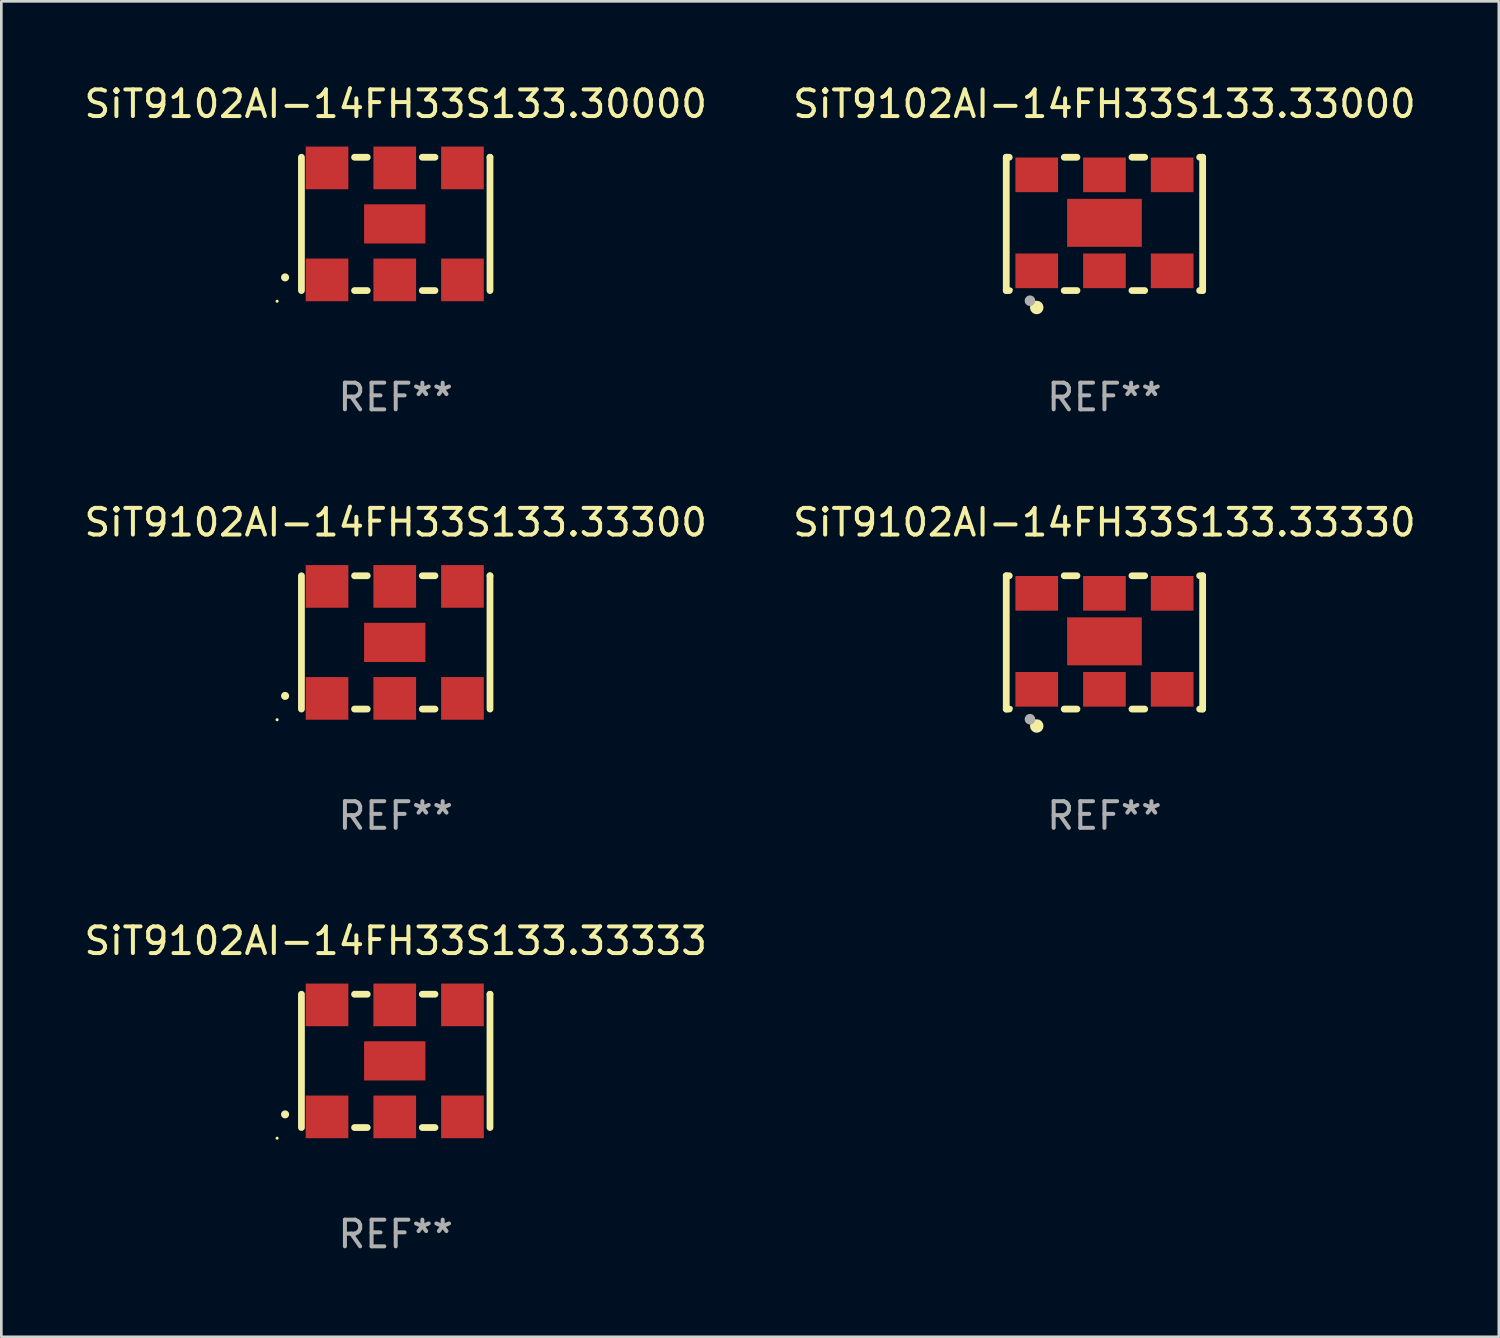
<source format=kicad_pcb>
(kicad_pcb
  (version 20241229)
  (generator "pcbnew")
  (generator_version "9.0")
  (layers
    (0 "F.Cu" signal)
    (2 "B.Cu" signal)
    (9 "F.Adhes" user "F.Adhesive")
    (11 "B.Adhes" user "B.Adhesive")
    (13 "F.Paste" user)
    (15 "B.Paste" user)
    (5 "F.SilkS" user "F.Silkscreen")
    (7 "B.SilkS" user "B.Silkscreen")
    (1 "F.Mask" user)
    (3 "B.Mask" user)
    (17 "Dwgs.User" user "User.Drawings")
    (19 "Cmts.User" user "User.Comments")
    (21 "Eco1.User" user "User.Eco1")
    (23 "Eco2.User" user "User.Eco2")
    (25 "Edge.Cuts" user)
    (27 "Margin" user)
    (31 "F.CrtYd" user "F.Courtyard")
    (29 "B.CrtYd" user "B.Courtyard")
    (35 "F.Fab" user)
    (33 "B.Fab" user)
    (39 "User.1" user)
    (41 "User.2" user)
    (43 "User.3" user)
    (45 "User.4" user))
  (footprint "SiT9102AI-14FH33S133.33300"
    (layer "F.Cu")
    (at 11.792 21.045)
    (property "Reference" "SiT9102AI-14FH33S133.33300" (at 0 -4.5 0) (layer "F.SilkS") (effects (font (size 1 1) (thickness 0.15))))
    (attr through_hole)
    (fp_line (start -3.536 -2.5) (end -3.536 2.5) (stroke (width 0.254) (type solid)) (layer "F.SilkS"))
    (fp_line (start -1.544 2.5) (end -1.067 2.5) (stroke (width 0.254) (type solid)) (layer "F.SilkS"))
    (fp_line (start -1.067 -2.5) (end -1.544 -2.5) (stroke (width 0.254) (type solid)) (layer "F.SilkS"))
    (fp_line (start 0.996 2.5) (end 1.473 2.5) (stroke (width 0.254) (type solid)) (layer "F.SilkS"))
    (fp_line (start 1.473 -2.5) (end 0.996 -2.5) (stroke (width 0.254) (type solid)) (layer "F.SilkS"))
    (fp_line (start 3.536 -2.5) (end 3.536 -2.5) (stroke (width 0.254) (type solid)) (layer "F.SilkS"))
    (fp_line (start 3.536 2.5) (end 3.536 -2.5) (stroke (width 0.254) (type solid)) (layer "F.SilkS"))
    (fp_arc (start -4.150432 2.006604) (mid -4.149162 2.006599) (end -4.147892 2.006604) (stroke (width 0.3) (type solid)) (layer "F.SilkS"))
    (fp_circle (center -4.449 2.9) (end -4.419 2.9) (stroke (width 0.06) (type solid)) (fill no) (layer "F.SilkS"))
    (fp_text user "REF**" (at 0 6.5 0) (layer "F.Fab") (effects (font (size 1 1) (thickness 0.15))))
    (pad "1" smd rect (at -2.576 2.1) (size 1.6 1.6) (layers "F.Cu" "F.Mask" "F.Paste"))
    (pad "2" smd rect (at -0.036 2.1) (size 1.6 1.6) (layers "F.Cu" "F.Mask" "F.Paste"))
    (pad "3" smd rect (at 2.504 2.1) (size 1.6 1.6) (layers "F.Cu" "F.Mask" "F.Paste"))
    (pad "4" smd rect (at 2.504 -2.1) (size 1.6 1.6) (layers "F.Cu" "F.Mask" "F.Paste"))
    (pad "5" smd rect (at -0.036 -2.1) (size 1.6 1.6) (layers "F.Cu" "F.Mask" "F.Paste"))
    (pad "6" smd rect (at -2.576 -2.1) (size 1.6 1.6) (layers "F.Cu" "F.Mask" "F.Paste"))
    (pad "7" smd rect (at -0.036 0) (size 2.3 1.47) (layers "F.Cu" "F.Mask" "F.Paste")))
  (footprint "SiT9102AI-14FH33S133.30000"
    (layer "F.Cu")
    (at 11.792 5.348)
    (property "Reference" "SiT9102AI-14FH33S133.30000" (at 0 -4.5 0) (layer "F.SilkS") (effects (font (size 1 1) (thickness 0.15))))
    (attr through_hole)
    (fp_line (start -3.536 -2.5) (end -3.536 2.5) (stroke (width 0.254) (type solid)) (layer "F.SilkS"))
    (fp_line (start -1.544 2.5) (end -1.067 2.5) (stroke (width 0.254) (type solid)) (layer "F.SilkS"))
    (fp_line (start -1.067 -2.5) (end -1.544 -2.5) (stroke (width 0.254) (type solid)) (layer "F.SilkS"))
    (fp_line (start 0.996 2.5) (end 1.473 2.5) (stroke (width 0.254) (type solid)) (layer "F.SilkS"))
    (fp_line (start 1.473 -2.5) (end 0.996 -2.5) (stroke (width 0.254) (type solid)) (layer "F.SilkS"))
    (fp_line (start 3.536 -2.5) (end 3.536 -2.5) (stroke (width 0.254) (type solid)) (layer "F.SilkS"))
    (fp_line (start 3.536 2.5) (end 3.536 -2.5) (stroke (width 0.254) (type solid)) (layer "F.SilkS"))
    (fp_arc (start -4.150432 2.006604) (mid -4.149162 2.006599) (end -4.147892 2.006604) (stroke (width 0.3) (type solid)) (layer "F.SilkS"))
    (fp_circle (center -4.449 2.9) (end -4.419 2.9) (stroke (width 0.06) (type solid)) (fill no) (layer "F.SilkS"))
    (fp_text user "REF**" (at 0 6.5 0) (layer "F.Fab") (effects (font (size 1 1) (thickness 0.15))))
    (pad "1" smd rect (at -2.576 2.1) (size 1.6 1.6) (layers "F.Cu" "F.Mask" "F.Paste"))
    (pad "2" smd rect (at -0.036 2.1) (size 1.6 1.6) (layers "F.Cu" "F.Mask" "F.Paste"))
    (pad "3" smd rect (at 2.504 2.1) (size 1.6 1.6) (layers "F.Cu" "F.Mask" "F.Paste"))
    (pad "4" smd rect (at 2.504 -2.1) (size 1.6 1.6) (layers "F.Cu" "F.Mask" "F.Paste"))
    (pad "5" smd rect (at -0.036 -2.1) (size 1.6 1.6) (layers "F.Cu" "F.Mask" "F.Paste"))
    (pad "6" smd rect (at -2.576 -2.1) (size 1.6 1.6) (layers "F.Cu" "F.Mask" "F.Paste"))
    (pad "7" smd rect (at -0.036 0) (size 2.3 1.47) (layers "F.Cu" "F.Mask" "F.Paste")))
  (footprint "SiT9102AI-14FH33S133.33333"
    (layer "F.Cu")
    (at 11.792 36.741)
    (property "Reference" "SiT9102AI-14FH33S133.33333" (at 0 -4.5 0) (layer "F.SilkS") (effects (font (size 1 1) (thickness 0.15))))
    (attr through_hole)
    (fp_line (start -3.536 -2.5) (end -3.536 2.5) (stroke (width 0.254) (type solid)) (layer "F.SilkS"))
    (fp_line (start -1.544 2.5) (end -1.067 2.5) (stroke (width 0.254) (type solid)) (layer "F.SilkS"))
    (fp_line (start -1.067 -2.5) (end -1.544 -2.5) (stroke (width 0.254) (type solid)) (layer "F.SilkS"))
    (fp_line (start 0.996 2.5) (end 1.473 2.5) (stroke (width 0.254) (type solid)) (layer "F.SilkS"))
    (fp_line (start 1.473 -2.5) (end 0.996 -2.5) (stroke (width 0.254) (type solid)) (layer "F.SilkS"))
    (fp_line (start 3.536 -2.5) (end 3.536 -2.5) (stroke (width 0.254) (type solid)) (layer "F.SilkS"))
    (fp_line (start 3.536 2.5) (end 3.536 -2.5) (stroke (width 0.254) (type solid)) (layer "F.SilkS"))
    (fp_arc (start -4.150432 2.006604) (mid -4.149162 2.006599) (end -4.147892 2.006604) (stroke (width 0.3) (type solid)) (layer "F.SilkS"))
    (fp_circle (center -4.449 2.9) (end -4.419 2.9) (stroke (width 0.06) (type solid)) (fill no) (layer "F.SilkS"))
    (fp_text user "REF**" (at 0 6.5 0) (layer "F.Fab") (effects (font (size 1 1) (thickness 0.15))))
    (pad "1" smd rect (at -2.576 2.1) (size 1.6 1.6) (layers "F.Cu" "F.Mask" "F.Paste"))
    (pad "2" smd rect (at -0.036 2.1) (size 1.6 1.6) (layers "F.Cu" "F.Mask" "F.Paste"))
    (pad "3" smd rect (at 2.504 2.1) (size 1.6 1.6) (layers "F.Cu" "F.Mask" "F.Paste"))
    (pad "4" smd rect (at 2.504 -2.1) (size 1.6 1.6) (layers "F.Cu" "F.Mask" "F.Paste"))
    (pad "5" smd rect (at -0.036 -2.1) (size 1.6 1.6) (layers "F.Cu" "F.Mask" "F.Paste"))
    (pad "6" smd rect (at -2.576 -2.1) (size 1.6 1.6) (layers "F.Cu" "F.Mask" "F.Paste"))
    (pad "7" smd rect (at -0.036 0) (size 2.3 1.47) (layers "F.Cu" "F.Mask" "F.Paste")))
  (footprint "SiT9102AI-14FH33S133.33000"
    (layer "F.Cu")
    (at 38.375 5.348)
    (property "Reference" "SiT9102AI-14FH33S133.33000" (at 0 -4.5 0) (layer "F.SilkS") (effects (font (size 1 1) (thickness 0.15))))
    (attr through_hole)
    (fp_line (start -3.683 -2.5) (end -3.571 -2.5) (stroke (width 0.254) (type solid)) (layer "F.SilkS"))
    (fp_line (start -3.683 2.5) (end -3.683 -2.5) (stroke (width 0.254) (type solid)) (layer "F.SilkS"))
    (fp_line (start -3.683 2.5) (end -3.571 2.5) (stroke (width 0.254) (type solid)) (layer "F.SilkS"))
    (fp_line (start -1.509 -2.5) (end -1.031 -2.5) (stroke (width 0.254) (type solid)) (layer "F.SilkS"))
    (fp_line (start -1.509 2.5) (end -1.031 2.5) (stroke (width 0.254) (type solid)) (layer "F.SilkS"))
    (fp_line (start 1.031 -2.5) (end 1.509 -2.5) (stroke (width 0.254) (type solid)) (layer "F.SilkS"))
    (fp_line (start 1.031 2.5) (end 1.509 2.5) (stroke (width 0.254) (type solid)) (layer "F.SilkS"))
    (fp_line (start 3.571 -2.5) (end 3.683 -2.5) (stroke (width 0.254) (type solid)) (layer "F.SilkS"))
    (fp_line (start 3.571 2.5) (end 3.683 2.5) (stroke (width 0.254) (type solid)) (layer "F.SilkS"))
    (fp_line (start 3.683 2.5) (end 3.683 -2.5) (stroke (width 0.254) (type solid)) (layer "F.SilkS"))
    (fp_circle (center -3.5 2.46) (end -3.47 2.46) (stroke (width 0.06) (type solid)) (fill no) (layer "F.SilkS"))
    (fp_circle (center -2.54 3.135) (end -2.413 3.135) (stroke (width 0.254) (type solid)) (fill no) (layer "F.SilkS"))
    (fp_circle (center -2.794 2.881) (end -2.694 2.881) (stroke (width 0.2) (type solid)) (fill no) (layer "F.Fab"))
    (fp_text user "REF**" (at 0 6.5 0) (layer "F.Fab") (effects (font (size 1 1) (thickness 0.15))))
    (pad "1" smd rect (at -2.54 1.76) (size 1.6 1.3) (layers "F.Cu" "F.Mask" "F.Paste"))
    (pad "2" smd rect (at 0 1.76) (size 1.6 1.3) (layers "F.Cu" "F.Mask" "F.Paste"))
    (pad "3" smd rect (at 2.54 1.76) (size 1.6 1.3) (layers "F.Cu" "F.Mask" "F.Paste"))
    (pad "4" smd rect (at 2.54 -1.84) (size 1.6 1.3) (layers "F.Cu" "F.Mask" "F.Paste"))
    (pad "5" smd rect (at 0 -1.84) (size 1.6 1.3) (layers "F.Cu" "F.Mask" "F.Paste"))
    (pad "6" smd rect (at -2.54 -1.84) (size 1.6 1.3) (layers "F.Cu" "F.Mask" "F.Paste"))
    (pad "7" smd rect (at 0 -0.04) (size 2.8 1.8) (layers "F.Cu" "F.Mask" "F.Paste")))
  (footprint "SiT9102AI-14FH33S133.33330"
    (layer "F.Cu")
    (at 38.375 21.045)
    (property "Reference" "SiT9102AI-14FH33S133.33330" (at 0 -4.5 0) (layer "F.SilkS") (effects (font (size 1 1) (thickness 0.15))))
    (attr through_hole)
    (fp_line (start -3.683 -2.5) (end -3.571 -2.5) (stroke (width 0.254) (type solid)) (layer "F.SilkS"))
    (fp_line (start -3.683 2.5) (end -3.683 -2.5) (stroke (width 0.254) (type solid)) (layer "F.SilkS"))
    (fp_line (start -3.683 2.5) (end -3.571 2.5) (stroke (width 0.254) (type solid)) (layer "F.SilkS"))
    (fp_line (start -1.509 -2.5) (end -1.031 -2.5) (stroke (width 0.254) (type solid)) (layer "F.SilkS"))
    (fp_line (start -1.509 2.5) (end -1.031 2.5) (stroke (width 0.254) (type solid)) (layer "F.SilkS"))
    (fp_line (start 1.031 -2.5) (end 1.509 -2.5) (stroke (width 0.254) (type solid)) (layer "F.SilkS"))
    (fp_line (start 1.031 2.5) (end 1.509 2.5) (stroke (width 0.254) (type solid)) (layer "F.SilkS"))
    (fp_line (start 3.571 -2.5) (end 3.683 -2.5) (stroke (width 0.254) (type solid)) (layer "F.SilkS"))
    (fp_line (start 3.571 2.5) (end 3.683 2.5) (stroke (width 0.254) (type solid)) (layer "F.SilkS"))
    (fp_line (start 3.683 2.5) (end 3.683 -2.5) (stroke (width 0.254) (type solid)) (layer "F.SilkS"))
    (fp_circle (center -3.5 2.46) (end -3.47 2.46) (stroke (width 0.06) (type solid)) (fill no) (layer "F.SilkS"))
    (fp_circle (center -2.54 3.135) (end -2.413 3.135) (stroke (width 0.254) (type solid)) (fill no) (layer "F.SilkS"))
    (fp_circle (center -2.794 2.881) (end -2.694 2.881) (stroke (width 0.2) (type solid)) (fill no) (layer "F.Fab"))
    (fp_text user "REF**" (at 0 6.5 0) (layer "F.Fab") (effects (font (size 1 1) (thickness 0.15))))
    (pad "1" smd rect (at -2.54 1.76) (size 1.6 1.3) (layers "F.Cu" "F.Mask" "F.Paste"))
    (pad "2" smd rect (at 0 1.76) (size 1.6 1.3) (layers "F.Cu" "F.Mask" "F.Paste"))
    (pad "3" smd rect (at 2.54 1.76) (size 1.6 1.3) (layers "F.Cu" "F.Mask" "F.Paste"))
    (pad "4" smd rect (at 2.54 -1.84) (size 1.6 1.3) (layers "F.Cu" "F.Mask" "F.Paste"))
    (pad "5" smd rect (at 0 -1.84) (size 1.6 1.3) (layers "F.Cu" "F.Mask" "F.Paste"))
    (pad "6" smd rect (at -2.54 -1.84) (size 1.6 1.3) (layers "F.Cu" "F.Mask" "F.Paste"))
    (pad "7" smd rect (at 0 -0.04) (size 2.8 1.8) (layers "F.Cu" "F.Mask" "F.Paste")))
  (gr_rect
    (start -3 -3)
    (end 53.167 47.09)
    (stroke (width 0.1) (type default))
    (fill no)
    (layer "Edge.Cuts")))
</source>
